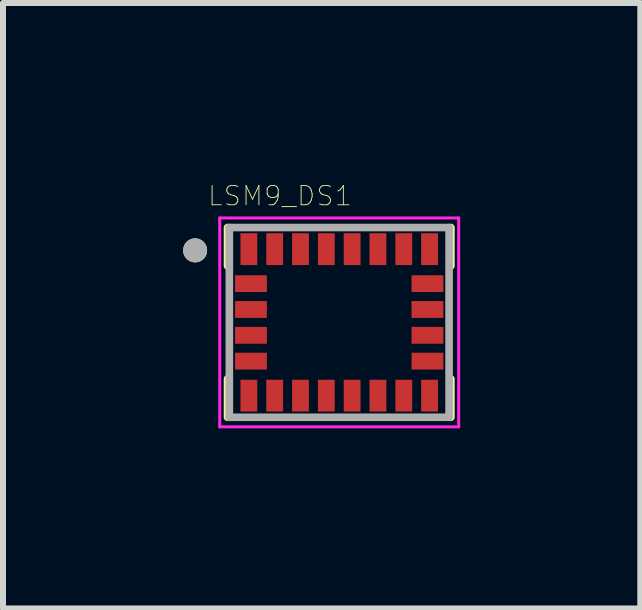
<source format=kicad_pcb>
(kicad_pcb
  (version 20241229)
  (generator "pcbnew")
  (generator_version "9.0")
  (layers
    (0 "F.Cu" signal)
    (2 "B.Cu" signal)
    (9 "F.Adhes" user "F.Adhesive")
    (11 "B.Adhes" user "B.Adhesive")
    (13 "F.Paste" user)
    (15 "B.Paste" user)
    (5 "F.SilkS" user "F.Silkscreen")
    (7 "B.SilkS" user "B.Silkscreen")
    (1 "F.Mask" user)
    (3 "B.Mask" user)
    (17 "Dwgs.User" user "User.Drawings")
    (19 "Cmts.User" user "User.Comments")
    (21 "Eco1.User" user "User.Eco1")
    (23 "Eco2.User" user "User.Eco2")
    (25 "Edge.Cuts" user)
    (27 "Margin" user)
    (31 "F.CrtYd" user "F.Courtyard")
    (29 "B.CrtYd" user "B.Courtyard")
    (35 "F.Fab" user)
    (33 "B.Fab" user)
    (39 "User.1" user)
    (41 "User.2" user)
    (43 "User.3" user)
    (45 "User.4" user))
  (footprint "LSM9_DS1"
    (layer "F.Cu")
    (at 2.6 2.32)
    (property "Reference" "LSM9_DS1" (at -0.986 -2.107 0) (layer "F.SilkS") (effects (font (size 0.321 0.321) (thickness 0.015))))
    (attr through_hole)
    (fp_line (start -1.86 -1.58) (end -1.86 -0.94) (stroke (width 0.127) (type solid)) (layer "F.SilkS"))
    (fp_line (start -1.86 1.58) (end -1.86 0.94) (stroke (width 0.127) (type solid)) (layer "F.SilkS"))
    (fp_line (start 1.86 -1.58) (end 1.86 -0.94) (stroke (width 0.127) (type solid)) (layer "F.SilkS"))
    (fp_line (start 1.86 1.58) (end 1.86 0.94) (stroke (width 0.127) (type solid)) (layer "F.SilkS"))
    (fp_circle (center -2.4 -1.2) (end -2.3 -1.2) (stroke (width 0.2) (type solid)) (fill no) (layer "F.SilkS"))
    (fp_line (start -1.99 -1.74) (end 1.99 -1.74) (stroke (width 0.05) (type solid)) (layer "F.CrtYd"))
    (fp_line (start -1.99 1.74) (end -1.99 -1.74) (stroke (width 0.05) (type solid)) (layer "F.CrtYd"))
    (fp_line (start 1.99 -1.74) (end 1.99 1.74) (stroke (width 0.05) (type solid)) (layer "F.CrtYd"))
    (fp_line (start 1.99 1.74) (end -1.99 1.74) (stroke (width 0.05) (type solid)) (layer "F.CrtYd"))
    (fp_line (start -1.83 -1.58) (end 1.83 -1.58) (stroke (width 0.127) (type solid)) (layer "F.Fab"))
    (fp_line (start -1.83 1.58) (end -1.83 -1.58) (stroke (width 0.127) (type solid)) (layer "F.Fab"))
    (fp_line (start 1.83 -1.58) (end 1.83 1.58) (stroke (width 0.127) (type solid)) (layer "F.Fab"))
    (fp_line (start 1.83 1.58) (end -1.83 1.58) (stroke (width 0.127) (type solid)) (layer "F.Fab"))
    (fp_circle (center -2.4 -1.2) (end -2.3 -1.2) (stroke (width 0.2) (type solid)) (fill no) (layer "F.Fab"))
    (pad "1" smd rect (at -1.505 -1.22) (size 0.28 0.53) (layers "F.Cu" "F.Mask" "F.Paste"))
    (pad "2" smd rect (at -1.47 -0.645) (size 0.53 0.28) (layers "F.Cu" "F.Mask" "F.Paste"))
    (pad "3" smd rect (at -1.47 -0.215) (size 0.53 0.28) (layers "F.Cu" "F.Mask" "F.Paste"))
    (pad "4" smd rect (at -1.47 0.215) (size 0.53 0.28) (layers "F.Cu" "F.Mask" "F.Paste"))
    (pad "5" smd rect (at -1.47 0.645) (size 0.53 0.28) (layers "F.Cu" "F.Mask" "F.Paste"))
    (pad "6" smd rect (at -1.505 1.22) (size 0.28 0.53) (layers "F.Cu" "F.Mask" "F.Paste"))
    (pad "7" smd rect (at -1.075 1.22) (size 0.28 0.53) (layers "F.Cu" "F.Mask" "F.Paste"))
    (pad "8" smd rect (at -0.645 1.22) (size 0.28 0.53) (layers "F.Cu" "F.Mask" "F.Paste"))
    (pad "9" smd rect (at -0.215 1.22) (size 0.28 0.53) (layers "F.Cu" "F.Mask" "F.Paste"))
    (pad "10" smd rect (at 0.215 1.22) (size 0.28 0.53) (layers "F.Cu" "F.Mask" "F.Paste"))
    (pad "11" smd rect (at 0.645 1.22) (size 0.28 0.53) (layers "F.Cu" "F.Mask" "F.Paste"))
    (pad "12" smd rect (at 1.075 1.22) (size 0.28 0.53) (layers "F.Cu" "F.Mask" "F.Paste"))
    (pad "13" smd rect (at 1.505 1.22) (size 0.28 0.53) (layers "F.Cu" "F.Mask" "F.Paste"))
    (pad "14" smd rect (at 1.47 0.645) (size 0.53 0.28) (layers "F.Cu" "F.Mask" "F.Paste"))
    (pad "15" smd rect (at 1.47 0.215) (size 0.53 0.28) (layers "F.Cu" "F.Mask" "F.Paste"))
    (pad "16" smd rect (at 1.47 -0.215) (size 0.53 0.28) (layers "F.Cu" "F.Mask" "F.Paste"))
    (pad "17" smd rect (at 1.47 -0.645) (size 0.53 0.28) (layers "F.Cu" "F.Mask" "F.Paste"))
    (pad "18" smd rect (at 1.505 -1.22) (size 0.28 0.53) (layers "F.Cu" "F.Mask" "F.Paste"))
    (pad "19" smd rect (at 1.075 -1.22) (size 0.28 0.53) (layers "F.Cu" "F.Mask" "F.Paste"))
    (pad "20" smd rect (at 0.645 -1.22) (size 0.28 0.53) (layers "F.Cu" "F.Mask" "F.Paste"))
    (pad "21" smd rect (at 0.215 -1.22) (size 0.28 0.53) (layers "F.Cu" "F.Mask" "F.Paste"))
    (pad "22" smd rect (at -0.215 -1.22) (size 0.28 0.53) (layers "F.Cu" "F.Mask" "F.Paste"))
    (pad "23" smd rect (at -0.645 -1.22) (size 0.28 0.53) (layers "F.Cu" "F.Mask" "F.Paste"))
    (pad "24" smd rect (at -1.075 -1.22) (size 0.28 0.53) (layers "F.Cu" "F.Mask" "F.Paste")))
  (gr_rect
    (start -3 -3)
    (end 7.615 7.085)
    (stroke (width 0.1) (type default))
    (fill no)
    (layer "Edge.Cuts")))
</source>
